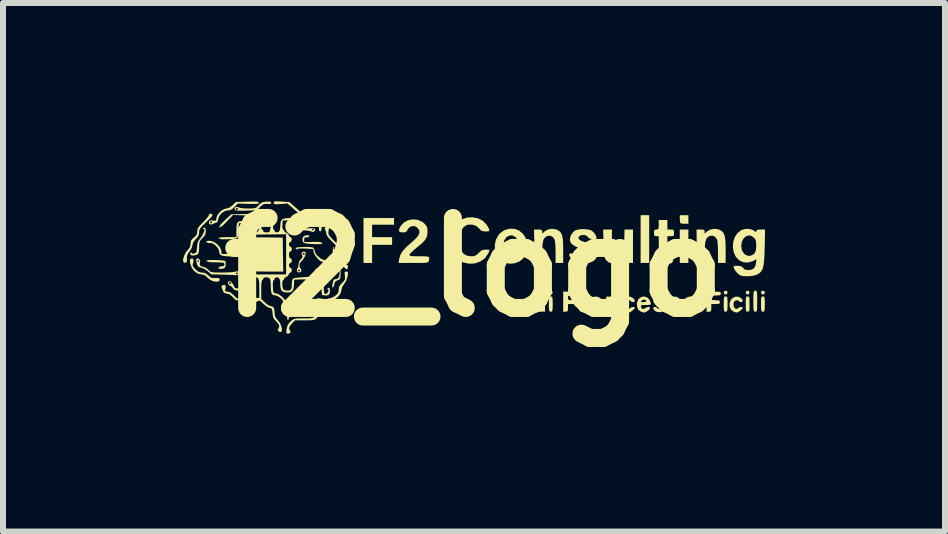
<source format=kicad_pcb>
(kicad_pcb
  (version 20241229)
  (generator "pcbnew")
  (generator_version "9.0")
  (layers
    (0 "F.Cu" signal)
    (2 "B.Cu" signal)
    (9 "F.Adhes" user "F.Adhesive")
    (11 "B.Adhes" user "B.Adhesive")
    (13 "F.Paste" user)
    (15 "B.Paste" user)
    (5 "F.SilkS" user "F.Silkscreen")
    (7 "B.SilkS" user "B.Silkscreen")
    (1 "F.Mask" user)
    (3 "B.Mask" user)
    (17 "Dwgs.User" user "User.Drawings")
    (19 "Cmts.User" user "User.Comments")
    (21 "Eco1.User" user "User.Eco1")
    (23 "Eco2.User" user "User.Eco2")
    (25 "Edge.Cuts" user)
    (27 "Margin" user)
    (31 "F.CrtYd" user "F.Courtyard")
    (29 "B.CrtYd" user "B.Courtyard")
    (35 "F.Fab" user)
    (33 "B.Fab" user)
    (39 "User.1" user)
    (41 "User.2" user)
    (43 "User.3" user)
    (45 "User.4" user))
  (footprint "f2_logo"
    (layer "F.Cu")
    (at 4.855 1.404)
    (property "Reference" "f2_logo" (at 0 0 0) (layer "F.SilkS") (effects (font (size 1.5 1.5) (thickness 0.3))))
    (attr board_only exclude_from_pos_files exclude_from_bom)
    (fp_poly (pts (xy 1.301 0.401) (xy 1.306 0.422) (xy 1.295 0.449) (xy 1.274 0.454) (xy 1.247 0.443) (xy 1.242 0.422) (xy 1.253 0.395) (xy 1.274 0.39)) (stroke (width 0) (type solid)) (fill yes) (layer "F.SilkS"))
    (fp_poly (pts (xy 2.914 -0.47) (xy 2.914 -0.072) (xy 2.843 -0.072) (xy 2.771 -0.072) (xy 2.771 -0.47) (xy 2.771 -0.868) (xy 2.843 -0.868) (xy 2.914 -0.868)) (stroke (width 0) (type solid)) (fill yes) (layer "F.SilkS"))
    (fp_poly (pts (xy 3.567 -0.35) (xy 3.567 -0.072) (xy 3.495 -0.072) (xy 3.424 -0.072) (xy 3.424 -0.35) (xy 3.424 -0.629) (xy 3.495 -0.629) (xy 3.567 -0.629)) (stroke (width 0) (type solid)) (fill yes) (layer "F.SilkS"))
    (fp_poly (pts (xy 4.215 0.401) (xy 4.22 0.422) (xy 4.209 0.449) (xy 4.188 0.454) (xy 4.162 0.443) (xy 4.156 0.422) (xy 4.168 0.395) (xy 4.188 0.39)) (stroke (width 0) (type solid)) (fill yes) (layer "F.SilkS"))
    (fp_poly (pts (xy 4.581 0.401) (xy 4.586 0.422) (xy 4.575 0.449) (xy 4.554 0.454) (xy 4.528 0.443) (xy 4.523 0.422) (xy 4.534 0.395) (xy 4.554 0.39)) (stroke (width 0) (type solid)) (fill yes) (layer "F.SilkS"))
    (fp_poly (pts (xy 4.836 0.401) (xy 4.841 0.422) (xy 4.83 0.449) (xy 4.809 0.454) (xy 4.783 0.443) (xy 4.777 0.422) (xy 4.789 0.395) (xy 4.809 0.39)) (stroke (width 0) (type solid)) (fill yes) (layer "F.SilkS"))
    (fp_poly (pts (xy 3.567 -0.796) (xy 3.567 -0.725) (xy 3.506 -0.725) (xy 3.464 -0.727) (xy 3.437 -0.733) (xy 3.434 -0.735) (xy 3.428 -0.757) (xy 3.424 -0.796) (xy 3.424 -0.807) (xy 3.424 -0.868) (xy 3.495 -0.868) (xy 3.567 -0.868)) (stroke (width 0) (type solid)) (fill yes) (layer "F.SilkS"))
    (fp_poly (pts (xy -1.338 -0.764) (xy -1.338 -0.709) (xy -1.521 -0.709) (xy -1.704 -0.709) (xy -1.704 -0.605) (xy -1.704 -0.502) (xy -1.537 -0.502) (xy -1.37 -0.502) (xy -1.37 -0.438) (xy -1.37 -0.374) (xy -1.537 -0.374) (xy -1.704 -0.374) (xy -1.704 -0.223) (xy -1.704 -0.072) (xy -1.776 -0.072) (xy -1.847 -0.072) (xy -1.847 -0.446) (xy -1.847 -0.82) (xy -1.592 -0.82) (xy -1.338 -0.82)) (stroke (width 0) (type solid)) (fill yes) (layer "F.SilkS"))
    (fp_poly (pts (xy 1.29 0.488) (xy 1.299 0.501) (xy 1.304 0.529) (xy 1.306 0.58) (xy 1.306 0.613) (xy 1.305 0.677) (xy 1.302 0.715) (xy 1.295 0.734) (xy 1.282 0.74) (xy 1.274 0.741) (xy 1.258 0.738) (xy 1.249 0.726) (xy 1.244 0.697) (xy 1.242 0.647) (xy 1.242 0.613) (xy 1.243 0.55) (xy 1.246 0.512) (xy 1.253 0.493) (xy 1.266 0.486) (xy 1.274 0.486)) (stroke (width 0) (type solid)) (fill yes) (layer "F.SilkS"))
    (fp_poly (pts (xy 4.204 0.488) (xy 4.214 0.501) (xy 4.218 0.529) (xy 4.22 0.58) (xy 4.22 0.613) (xy 4.219 0.677) (xy 4.216 0.715) (xy 4.209 0.734) (xy 4.197 0.74) (xy 4.188 0.741) (xy 4.172 0.738) (xy 4.163 0.726) (xy 4.158 0.697) (xy 4.156 0.647) (xy 4.156 0.613) (xy 4.157 0.55) (xy 4.16 0.512) (xy 4.167 0.493) (xy 4.18 0.486) (xy 4.188 0.486)) (stroke (width 0) (type solid)) (fill yes) (layer "F.SilkS"))
    (fp_poly (pts (xy 4.57 0.488) (xy 4.58 0.501) (xy 4.585 0.529) (xy 4.586 0.58) (xy 4.586 0.613) (xy 4.586 0.677) (xy 4.583 0.715) (xy 4.576 0.734) (xy 4.563 0.74) (xy 4.554 0.741) (xy 4.539 0.738) (xy 4.529 0.726) (xy 4.524 0.697) (xy 4.523 0.647) (xy 4.523 0.613) (xy 4.523 0.55) (xy 4.526 0.512) (xy 4.533 0.493) (xy 4.546 0.486) (xy 4.554 0.486)) (stroke (width 0) (type solid)) (fill yes) (layer "F.SilkS"))
    (fp_poly (pts (xy 4.825 0.488) (xy 4.835 0.501) (xy 4.839 0.529) (xy 4.841 0.58) (xy 4.841 0.613) (xy 4.84 0.677) (xy 4.837 0.715) (xy 4.83 0.734) (xy 4.818 0.74) (xy 4.809 0.741) (xy 4.793 0.738) (xy 4.784 0.726) (xy 4.779 0.697) (xy 4.778 0.647) (xy 4.777 0.613) (xy 4.778 0.55) (xy 4.781 0.512) (xy 4.788 0.493) (xy 4.801 0.486) (xy 4.809 0.486)) (stroke (width 0) (type solid)) (fill yes) (layer "F.SilkS"))
    (fp_poly (pts (xy 4.696 0.392) (xy 4.705 0.402) (xy 4.71 0.425) (xy 4.713 0.466) (xy 4.714 0.532) (xy 4.714 0.565) (xy 4.713 0.642) (xy 4.712 0.692) (xy 4.707 0.722) (xy 4.7 0.736) (xy 4.688 0.74) (xy 4.682 0.741) (xy 4.668 0.738) (xy 4.659 0.729) (xy 4.653 0.706) (xy 4.651 0.664) (xy 4.65 0.598) (xy 4.65 0.565) (xy 4.65 0.489) (xy 4.652 0.438) (xy 4.656 0.409) (xy 4.664 0.395) (xy 4.676 0.39) (xy 4.682 0.39)) (stroke (width 0) (type solid)) (fill yes) (layer "F.SilkS"))
    (fp_poly (pts (xy -3.469 -0.498) (xy -3.454 -0.498) (xy -3.193 -0.494) (xy -3.189 -0.211) (xy -3.184 0.072) (xy -3.461 0.072) (xy -3.551 0.071) (xy -3.631 0.069) (xy -3.694 0.067) (xy -3.734 0.064) (xy -3.748 0.061) (xy -3.751 0.042) (xy -3.754 -0.003) (xy -3.757 -0.068) (xy -3.758 -0.149) (xy -3.758 -0.208) (xy -3.758 -0.31) (xy -3.756 -0.385) (xy -3.752 -0.436) (xy -3.746 -0.467) (xy -3.737 -0.483) (xy -3.736 -0.484) (xy -3.712 -0.492) (xy -3.66 -0.497) (xy -3.58 -0.499)) (stroke (width 0) (type solid)) (fill yes) (layer "F.SilkS"))
    (fp_poly (pts (xy 1.809 0.494) (xy 1.815 0.505) (xy 1.82 0.516) (xy 1.835 0.505) (xy 1.864 0.487) (xy 1.888 0.493) (xy 1.895 0.514) (xy 1.882 0.541) (xy 1.859 0.558) (xy 1.837 0.573) (xy 1.825 0.6) (xy 1.819 0.649) (xy 1.819 0.657) (xy 1.814 0.707) (xy 1.805 0.732) (xy 1.789 0.74) (xy 1.783 0.741) (xy 1.767 0.738) (xy 1.758 0.725) (xy 1.753 0.696) (xy 1.752 0.644) (xy 1.752 0.613) (xy 1.752 0.55) (xy 1.755 0.512) (xy 1.763 0.493) (xy 1.775 0.486) (xy 1.784 0.486)) (stroke (width 0) (type solid)) (fill yes) (layer "F.SilkS"))
    (fp_poly (pts (xy 3.66 0.508) (xy 3.694 0.548) (xy 3.71 0.606) (xy 3.71 0.616) (xy 3.698 0.678) (xy 3.663 0.723) (xy 3.614 0.748) (xy 3.557 0.746) (xy 3.54 0.741) (xy 3.498 0.708) (xy 3.475 0.659) (xy 3.474 0.622) (xy 3.536 0.622) (xy 3.546 0.661) (xy 3.57 0.685) (xy 3.601 0.692) (xy 3.628 0.678) (xy 3.64 0.654) (xy 3.645 0.598) (xy 3.628 0.563) (xy 3.601 0.552) (xy 3.561 0.559) (xy 3.539 0.591) (xy 3.536 0.622) (xy 3.474 0.622) (xy 3.473 0.602) (xy 3.492 0.548) (xy 3.511 0.525) (xy 3.561 0.493) (xy 3.613 0.488)) (stroke (width 0) (type solid)) (fill yes) (layer "F.SilkS"))
    (fp_poly (pts (xy -3.716 -0.886) (xy -3.703 -0.883) (xy -3.71 -0.876) (xy -3.703 -0.868) (xy -3.695 -0.876) (xy -3.702 -0.883) (xy -3.683 -0.88) (xy -3.679 -0.876) (xy -3.694 -0.868) (xy -3.739 -0.864) (xy -3.812 -0.864) (xy -3.85 -0.865) (xy -4.021 -0.871) (xy -4.122 -0.766) (xy -4.179 -0.708) (xy -4.218 -0.674) (xy -4.241 -0.662) (xy -4.25 -0.671) (xy -4.25 -0.681) (xy -4.248 -0.685) (xy -4.236 -0.685) (xy -4.228 -0.677) (xy -4.22 -0.685) (xy -4.228 -0.693) (xy -4.236 -0.685) (xy -4.248 -0.685) (xy -4.238 -0.7) (xy -4.208 -0.734) (xy -4.165 -0.777) (xy -4.151 -0.791) (xy -4.053 -0.881) (xy -3.866 -0.886) (xy -3.777 -0.888)) (stroke (width 0) (type solid)) (fill yes) (layer "F.SilkS"))
    (fp_poly (pts (xy 2.347 0.494) (xy 2.388 0.512) (xy 2.411 0.55) (xy 2.42 0.611) (xy 2.421 0.648) (xy 2.42 0.7) (xy 2.415 0.728) (xy 2.402 0.739) (xy 2.381 0.741) (xy 2.359 0.739) (xy 2.347 0.728) (xy 2.342 0.7) (xy 2.341 0.649) (xy 2.341 0.644) (xy 2.34 0.591) (xy 2.336 0.562) (xy 2.325 0.552) (xy 2.306 0.552) (xy 2.305 0.552) (xy 2.285 0.559) (xy 2.273 0.576) (xy 2.267 0.613) (xy 2.265 0.649) (xy 2.26 0.701) (xy 2.253 0.729) (xy 2.239 0.74) (xy 2.229 0.741) (xy 2.213 0.738) (xy 2.204 0.725) (xy 2.199 0.695) (xy 2.198 0.643) (xy 2.198 0.615) (xy 2.198 0.49) (xy 2.285 0.489)) (stroke (width 0) (type solid)) (fill yes) (layer "F.SilkS"))
    (fp_poly (pts (xy 1.662 0.407) (xy 1.697 0.41) (xy 1.715 0.418) (xy 1.72 0.432) (xy 1.72 0.438) (xy 1.716 0.457) (xy 1.698 0.467) (xy 1.659 0.47) (xy 1.64 0.47) (xy 1.593 0.471) (xy 1.569 0.478) (xy 1.561 0.494) (xy 1.561 0.51) (xy 1.564 0.534) (xy 1.578 0.546) (xy 1.613 0.549) (xy 1.632 0.549) (xy 1.677 0.551) (xy 1.698 0.56) (xy 1.704 0.579) (xy 1.704 0.581) (xy 1.699 0.601) (xy 1.68 0.611) (xy 1.637 0.613) (xy 1.632 0.613) (xy 1.561 0.613) (xy 1.561 0.677) (xy 1.558 0.718) (xy 1.548 0.736) (xy 1.524 0.74) (xy 1.521 0.741) (xy 1.481 0.741) (xy 1.481 0.573) (xy 1.481 0.406) (xy 1.6 0.406)) (stroke (width 0) (type solid)) (fill yes) (layer "F.SilkS"))
    (fp_poly (pts (xy 2.64 0.51) (xy 2.668 0.539) (xy 2.673 0.565) (xy 2.656 0.58) (xy 2.644 0.581) (xy 2.618 0.575) (xy 2.612 0.565) (xy 2.598 0.553) (xy 2.573 0.549) (xy 2.537 0.563) (xy 2.52 0.598) (xy 2.522 0.65) (xy 2.523 0.654) (xy 2.542 0.683) (xy 2.571 0.694) (xy 2.599 0.683) (xy 2.604 0.677) (xy 2.624 0.664) (xy 2.652 0.662) (xy 2.673 0.669) (xy 2.675 0.676) (xy 2.663 0.696) (xy 2.635 0.722) (xy 2.602 0.745) (xy 2.576 0.755) (xy 2.574 0.755) (xy 2.546 0.749) (xy 2.521 0.74) (xy 2.479 0.708) (xy 2.456 0.659) (xy 2.454 0.603) (xy 2.473 0.549) (xy 2.492 0.525) (xy 2.543 0.492) (xy 2.597 0.49)) (stroke (width 0) (type solid)) (fill yes) (layer "F.SilkS"))
    (fp_poly (pts (xy 3.404 0.51) (xy 3.432 0.539) (xy 3.438 0.565) (xy 3.42 0.58) (xy 3.408 0.581) (xy 3.382 0.575) (xy 3.376 0.565) (xy 3.362 0.553) (xy 3.337 0.549) (xy 3.302 0.563) (xy 3.284 0.598) (xy 3.286 0.65) (xy 3.287 0.654) (xy 3.306 0.683) (xy 3.336 0.694) (xy 3.363 0.683) (xy 3.368 0.677) (xy 3.388 0.664) (xy 3.416 0.662) (xy 3.437 0.669) (xy 3.44 0.676) (xy 3.428 0.696) (xy 3.399 0.722) (xy 3.366 0.745) (xy 3.34 0.755) (xy 3.338 0.755) (xy 3.31 0.749) (xy 3.286 0.74) (xy 3.244 0.708) (xy 3.221 0.659) (xy 3.218 0.603) (xy 3.237 0.549) (xy 3.256 0.525) (xy 3.307 0.492) (xy 3.362 0.49)) (stroke (width 0) (type solid)) (fill yes) (layer "F.SilkS"))
    (fp_poly (pts (xy 4.05 0.407) (xy 4.086 0.41) (xy 4.103 0.418) (xy 4.108 0.432) (xy 4.109 0.438) (xy 4.104 0.457) (xy 4.087 0.467) (xy 4.047 0.47) (xy 4.029 0.47) (xy 3.982 0.471) (xy 3.958 0.478) (xy 3.95 0.494) (xy 3.949 0.51) (xy 3.952 0.534) (xy 3.967 0.546) (xy 4.002 0.549) (xy 4.021 0.549) (xy 4.066 0.551) (xy 4.087 0.56) (xy 4.093 0.579) (xy 4.093 0.581) (xy 4.088 0.601) (xy 4.069 0.611) (xy 4.026 0.613) (xy 4.021 0.613) (xy 3.949 0.613) (xy 3.949 0.677) (xy 3.947 0.718) (xy 3.937 0.736) (xy 3.913 0.74) (xy 3.91 0.741) (xy 3.87 0.741) (xy 3.87 0.573) (xy 3.87 0.406) (xy 3.989 0.406)) (stroke (width 0) (type solid)) (fill yes) (layer "F.SilkS"))
    (fp_poly (pts (xy 4.439 0.51) (xy 4.468 0.539) (xy 4.473 0.565) (xy 4.455 0.58) (xy 4.443 0.581) (xy 4.417 0.575) (xy 4.411 0.565) (xy 4.398 0.553) (xy 4.372 0.549) (xy 4.337 0.563) (xy 4.319 0.598) (xy 4.322 0.65) (xy 4.322 0.654) (xy 4.341 0.683) (xy 4.371 0.694) (xy 4.398 0.683) (xy 4.403 0.677) (xy 4.423 0.664) (xy 4.451 0.662) (xy 4.472 0.669) (xy 4.475 0.676) (xy 4.463 0.696) (xy 4.434 0.722) (xy 4.401 0.745) (xy 4.375 0.755) (xy 4.373 0.755) (xy 4.345 0.749) (xy 4.321 0.74) (xy 4.279 0.708) (xy 4.256 0.659) (xy 4.253 0.603) (xy 4.272 0.549) (xy 4.291 0.525) (xy 4.342 0.492) (xy 4.397 0.49)) (stroke (width 0) (type solid)) (fill yes) (layer "F.SilkS"))
    (fp_poly (pts (xy 3.142 0.501) (xy 3.159 0.515) (xy 3.179 0.541) (xy 3.185 0.555) (xy 3.173 0.565) (xy 3.143 0.562) (xy 3.109 0.548) (xy 3.106 0.546) (xy 3.076 0.534) (xy 3.055 0.545) (xy 3.047 0.562) (xy 3.067 0.574) (xy 3.133 0.601) (xy 3.171 0.634) (xy 3.182 0.663) (xy 3.173 0.705) (xy 3.142 0.735) (xy 3.097 0.75) (xy 3.045 0.744) (xy 3.026 0.736) (xy 2.994 0.712) (xy 2.98 0.686) (xy 2.988 0.666) (xy 3.009 0.661) (xy 3.035 0.667) (xy 3.042 0.677) (xy 3.055 0.689) (xy 3.083 0.693) (xy 3.113 0.687) (xy 3.116 0.672) (xy 3.096 0.654) (xy 3.059 0.638) (xy 3.011 0.614) (xy 2.986 0.579) (xy 2.988 0.54) (xy 3.002 0.518) (xy 3.043 0.492) (xy 3.095 0.487)) (stroke (width 0) (type solid)) (fill yes) (layer "F.SilkS"))
    (fp_poly (pts (xy 1.362 -0.631) (xy 1.383 -0.623) (xy 1.419 -0.6) (xy 1.445 -0.571) (xy 1.463 -0.531) (xy 1.474 -0.474) (xy 1.479 -0.396) (xy 1.481 -0.292) (xy 1.481 -0.287) (xy 1.481 -0.072) (xy 1.417 -0.072) (xy 1.354 -0.072) (xy 1.354 -0.246) (xy 1.352 -0.321) (xy 1.349 -0.388) (xy 1.343 -0.439) (xy 1.338 -0.46) (xy 1.308 -0.505) (xy 1.265 -0.526) (xy 1.218 -0.523) (xy 1.176 -0.496) (xy 1.153 -0.46) (xy 1.141 -0.41) (xy 1.133 -0.333) (xy 1.131 -0.239) (xy 1.131 -0.072) (xy 1.068 -0.072) (xy 1.005 -0.072) (xy 1 -0.35) (xy 0.995 -0.629) (xy 1.063 -0.629) (xy 1.106 -0.627) (xy 1.126 -0.618) (xy 1.131 -0.597) (xy 1.131 -0.594) (xy 1.131 -0.56) (xy 1.169 -0.596) (xy 1.225 -0.629) (xy 1.294 -0.641)) (stroke (width 0) (type solid)) (fill yes) (layer "F.SilkS"))
    (fp_poly (pts (xy 4.07 -0.631) (xy 4.09 -0.623) (xy 4.126 -0.6) (xy 4.152 -0.571) (xy 4.17 -0.531) (xy 4.181 -0.474) (xy 4.187 -0.396) (xy 4.188 -0.292) (xy 4.188 -0.287) (xy 4.188 -0.072) (xy 4.125 -0.072) (xy 4.061 -0.072) (xy 4.061 -0.246) (xy 4.059 -0.321) (xy 4.056 -0.388) (xy 4.05 -0.439) (xy 4.046 -0.46) (xy 4.015 -0.505) (xy 3.972 -0.526) (xy 3.925 -0.523) (xy 3.883 -0.496) (xy 3.86 -0.46) (xy 3.848 -0.41) (xy 3.84 -0.333) (xy 3.838 -0.239) (xy 3.838 -0.072) (xy 3.775 -0.072) (xy 3.712 -0.072) (xy 3.707 -0.35) (xy 3.703 -0.629) (xy 3.77 -0.629) (xy 3.813 -0.627) (xy 3.833 -0.618) (xy 3.838 -0.597) (xy 3.838 -0.594) (xy 3.838 -0.56) (xy 3.876 -0.596) (xy 3.933 -0.629) (xy 4.001 -0.641)) (stroke (width 0) (type solid)) (fill yes) (layer "F.SilkS"))
    (fp_poly (pts (xy -4.692 -0.146) (xy -4.679 -0.122) (xy -4.684 -0.081) (xy -4.687 -0.07) (xy -4.695 -0.04) (xy -4.69 -0.015) (xy -4.666 0.015) (xy -4.65 0.032) (xy -4.607 0.069) (xy -4.567 0.085) (xy -4.538 0.088) (xy -4.488 0.096) (xy -4.445 0.125) (xy -4.434 0.136) (xy -4.399 0.167) (xy -4.366 0.18) (xy -4.317 0.18) (xy -4.316 0.18) (xy -4.271 0.179) (xy -4.25 0.185) (xy -4.244 0.202) (xy -4.244 0.207) (xy -4.25 0.229) (xy -4.271 0.239) (xy -4.314 0.239) (xy -4.341 0.236) (xy -4.389 0.218) (xy -4.439 0.179) (xy -4.444 0.174) (xy -4.487 0.137) (xy -4.528 0.121) (xy -4.554 0.119) (xy -4.612 0.105) (xy -4.666 0.066) (xy -4.709 0.009) (xy -4.734 -0.058) (xy -4.736 -0.068) (xy -4.74 -0.114) (xy -4.733 -0.137) (xy -4.72 -0.146)) (stroke (width 0) (type solid)) (fill yes) (layer "F.SilkS"))
    (fp_poly (pts (xy -2.753 -0.529) (xy -2.747 -0.518) (xy -2.758 -0.5) (xy -2.791 -0.499) (xy -2.823 -0.498) (xy -2.834 -0.48) (xy -2.835 -0.462) (xy -2.835 -0.42) (xy -2.688 -0.423) (xy -2.613 -0.423) (xy -2.562 -0.419) (xy -2.559 -0.419) (xy -2.564 -0.414) (xy -2.556 -0.406) (xy -2.548 -0.414) (xy -2.549 -0.415) (xy -2.537 -0.412) (xy -2.536 -0.41) (xy -2.535 -0.397) (xy -2.545 -0.389) (xy -2.572 -0.385) (xy -2.621 -0.385) (xy -2.69 -0.387) (xy -2.755 -0.391) (xy -2.808 -0.398) (xy -2.841 -0.406) (xy -2.846 -0.409) (xy -2.863 -0.441) (xy -2.864 -0.481) (xy -2.849 -0.51) (xy -2.771 -0.51) (xy -2.763 -0.502) (xy -2.755 -0.51) (xy -2.763 -0.518) (xy -2.771 -0.51) (xy -2.849 -0.51) (xy -2.847 -0.513) (xy -2.847 -0.514) (xy -2.814 -0.531) (xy -2.779 -0.536)) (stroke (width 0) (type solid)) (fill yes) (layer "F.SilkS"))
    (fp_poly (pts (xy -2.756 -0.338) (xy -2.71 -0.334) (xy -2.683 -0.326) (xy -2.682 -0.325) (xy -2.664 -0.295) (xy -2.659 -0.269) (xy -2.646 -0.231) (xy -2.613 -0.189) (xy -2.569 -0.151) (xy -2.523 -0.126) (xy -2.496 -0.12) (xy -2.464 -0.115) (xy -2.452 -0.104) (xy -2.464 -0.088) (xy -2.467 -0.088) (xy -2.493 -0.082) (xy -2.509 -0.077) (xy -2.528 -0.074) (xy -2.526 -0.085) (xy -2.525 -0.097) (xy -2.536 -0.095) (xy -2.561 -0.101) (xy -2.594 -0.126) (xy -2.629 -0.164) (xy -2.659 -0.206) (xy -2.676 -0.246) (xy -2.678 -0.255) (xy -2.683 -0.303) (xy -2.821 -0.311) (xy -2.883 -0.313) (xy -2.928 -0.311) (xy -2.95 -0.307) (xy -2.95 -0.304) (xy -2.953 -0.296) (xy -2.961 -0.297) (xy -2.978 -0.313) (xy -2.979 -0.319) (xy -2.964 -0.328) (xy -2.926 -0.334) (xy -2.872 -0.338) (xy -2.813 -0.339)) (stroke (width 0) (type solid)) (fill yes) (layer "F.SilkS"))
    (fp_poly (pts (xy -2.431 -0.673) (xy -2.424 -0.657) (xy -2.427 -0.62) (xy -2.429 -0.609) (xy -2.432 -0.577) (xy -2.43 -0.553) (xy -2.418 -0.528) (xy -2.392 -0.497) (xy -2.349 -0.453) (xy -2.326 -0.43) (xy -2.214 -0.319) (xy -2.214 -0.214) (xy -2.212 -0.154) (xy -2.205 -0.115) (xy -2.19 -0.089) (xy -2.177 -0.074) (xy -2.145 -0.05) (xy -2.12 -0.04) (xy -2.12 -0.04) (xy -2.107 -0.028) (xy -2.106 -0.001) (xy -2.115 0.025) (xy -2.126 0.035) (xy -2.144 0.026) (xy -2.173 -0.003) (xy -2.202 -0.039) (xy -2.236 -0.088) (xy -2.253 -0.127) (xy -2.26 -0.172) (xy -2.261 -0.219) (xy -2.261 -0.319) (xy -2.365 -0.422) (xy -2.421 -0.481) (xy -2.455 -0.526) (xy -2.468 -0.559) (xy -2.468 -0.566) (xy -2.475 -0.604) (xy -2.486 -0.624) (xy -2.496 -0.65) (xy -2.48 -0.67) (xy -2.45 -0.677)) (stroke (width 0) (type solid)) (fill yes) (layer "F.SilkS"))
    (fp_poly (pts (xy 1.161 0.392) (xy 1.17 0.402) (xy 1.175 0.425) (xy 1.178 0.466) (xy 1.178 0.532) (xy 1.178 0.566) (xy 1.178 0.741) (xy 1.135 0.739) (xy 1.087 0.742) (xy 1.056 0.749) (xy 1.022 0.749) (xy 0.986 0.724) (xy 0.98 0.719) (xy 0.947 0.665) (xy 0.943 0.622) (xy 1.004 0.622) (xy 1.014 0.661) (xy 1.038 0.685) (xy 1.069 0.692) (xy 1.096 0.678) (xy 1.108 0.654) (xy 1.113 0.598) (xy 1.096 0.563) (xy 1.069 0.552) (xy 1.029 0.559) (xy 1.007 0.591) (xy 1.004 0.622) (xy 0.943 0.622) (xy 0.941 0.603) (xy 0.963 0.542) (xy 0.974 0.526) (xy 1.005 0.496) (xy 1.042 0.488) (xy 1.061 0.489) (xy 1.097 0.491) (xy 1.112 0.479) (xy 1.115 0.445) (xy 1.115 0.443) (xy 1.119 0.406) (xy 1.134 0.391) (xy 1.147 0.39)) (stroke (width 0) (type solid)) (fill yes) (layer "F.SilkS"))
    (fp_poly (pts (xy -4.482 -0.65) (xy -4.475 -0.614) (xy -4.475 -0.6) (xy -4.481 -0.555) (xy -4.502 -0.516) (xy -4.531 -0.486) (xy -4.562 -0.453) (xy -4.578 -0.424) (xy -4.585 -0.386) (xy -4.586 -0.333) (xy -4.59 -0.272) (xy -4.599 -0.231) (xy -4.606 -0.219) (xy -4.642 -0.202) (xy -4.685 -0.195) (xy -4.72 -0.2) (xy -4.729 -0.207) (xy -4.736 -0.232) (xy -4.717 -0.246) (xy -4.71 -0.247) (xy -4.703 -0.237) (xy -4.705 -0.232) (xy -4.699 -0.225) (xy -4.67 -0.229) (xy -4.645 -0.239) (xy -4.631 -0.255) (xy -4.625 -0.287) (xy -4.621 -0.334) (xy -4.615 -0.394) (xy -4.601 -0.437) (xy -4.572 -0.479) (xy -4.563 -0.489) (xy -4.538 -0.524) (xy -4.517 -0.564) (xy -4.502 -0.601) (xy -4.497 -0.628) (xy -4.503 -0.638) (xy -4.51 -0.635) (xy -4.522 -0.639) (xy -4.523 -0.644) (xy -4.51 -0.659) (xy -4.499 -0.661)) (stroke (width 0) (type solid)) (fill yes) (layer "F.SilkS"))
    (fp_poly (pts (xy 2.293 -0.43) (xy 2.294 -0.346) (xy 2.296 -0.287) (xy 2.3 -0.248) (xy 2.308 -0.223) (xy 2.319 -0.205) (xy 2.325 -0.199) (xy 2.37 -0.171) (xy 2.417 -0.175) (xy 2.455 -0.198) (xy 2.47 -0.212) (xy 2.481 -0.23) (xy 2.488 -0.258) (xy 2.493 -0.3) (xy 2.496 -0.365) (xy 2.498 -0.429) (xy 2.503 -0.629) (xy 2.573 -0.629) (xy 2.644 -0.629) (xy 2.644 -0.35) (xy 2.644 -0.072) (xy 2.572 -0.072) (xy 2.524 -0.075) (xy 2.503 -0.086) (xy 2.5 -0.095) (xy 2.495 -0.108) (xy 2.477 -0.103) (xy 2.448 -0.087) (xy 2.383 -0.062) (xy 2.312 -0.058) (xy 2.25 -0.077) (xy 2.249 -0.077) (xy 2.216 -0.099) (xy 2.191 -0.125) (xy 2.174 -0.161) (xy 2.163 -0.212) (xy 2.157 -0.283) (xy 2.153 -0.38) (xy 2.152 -0.402) (xy 2.147 -0.629) (xy 2.22 -0.629) (xy 2.293 -0.629)) (stroke (width 0) (type solid)) (fill yes) (layer "F.SilkS"))
    (fp_poly (pts (xy -4.316 -0.121) (xy -4.249 -0.118) (xy -4.194 -0.114) (xy -4.159 -0.108) (xy -4.151 -0.105) (xy -4.144 -0.081) (xy -4.143 -0.042) (xy -4.143 -0.038) (xy -4.152 -0.00027) (xy -4.174 0.018) (xy -4.2 0.025) (xy -4.238 0.028) (xy -4.261 0.022) (xy -4.262 0.021) (xy -4.263 0) (xy -4.252 0) (xy -4.244 0.008) (xy -4.236 0) (xy -4.244 -0.008) (xy -4.252 0) (xy -4.263 0) (xy -4.263 -0.001) (xy -4.235 -0.013) (xy -4.208 -0.015) (xy -4.175 -0.022) (xy -4.164 -0.045) (xy -4.164 -0.048) (xy -4.167 -0.063) (xy -4.178 -0.072) (xy -4.204 -0.078) (xy -4.25 -0.08) (xy -4.316 -0.082) (xy -4.392 -0.084) (xy -4.44 -0.09) (xy -4.447 -0.092) (xy -4.443 -0.096) (xy -4.451 -0.104) (xy -4.458 -0.096) (xy -4.464 -0.098) (xy -4.467 -0.104) (xy -4.458 -0.114) (xy -4.428 -0.119) (xy -4.373 -0.121)) (stroke (width 0) (type solid)) (fill yes) (layer "F.SilkS"))
    (fp_poly (pts (xy -4.403 -0.441) (xy -4.343 -0.423) (xy -4.286 -0.385) (xy -4.242 -0.335) (xy -4.218 -0.281) (xy -4.217 -0.272) (xy -4.212 -0.223) (xy -4.069 -0.221) (xy -4.003 -0.218) (xy -3.953 -0.213) (xy -3.946 -0.211) (xy -3.949 -0.207) (xy -3.941 -0.199) (xy -3.933 -0.207) (xy -3.934 -0.208) (xy -3.925 -0.205) (xy -3.921 -0.202) (xy -3.92 -0.19) (xy -3.931 -0.182) (xy -3.959 -0.178) (xy -4.008 -0.178) (xy -4.076 -0.18) (xy -4.154 -0.185) (xy -4.206 -0.194) (xy -4.236 -0.21) (xy -4.249 -0.235) (xy -4.252 -0.262) (xy -4.267 -0.308) (xy -4.306 -0.357) (xy -4.347 -0.39) (xy -4.383 -0.404) (xy -4.413 -0.403) (xy -4.452 -0.404) (xy -4.463 -0.414) (xy -4.459 -0.414) (xy -4.451 -0.406) (xy -4.443 -0.414) (xy -4.451 -0.422) (xy -4.459 -0.414) (xy -4.463 -0.414) (xy -4.466 -0.417) (xy -4.467 -0.422) (xy -4.459 -0.437) (xy -4.429 -0.442)) (stroke (width 0) (type solid)) (fill yes) (layer "F.SilkS"))
    (fp_poly (pts (xy -2.114 0.074) (xy -2.106 0.088) (xy -2.108 0.121) (xy -2.111 0.147) (xy -2.137 0.23) (xy -2.168 0.275) (xy -2.206 0.336) (xy -2.214 0.38) (xy -2.228 0.433) (xy -2.265 0.485) (xy -2.316 0.526) (xy -2.373 0.548) (xy -2.393 0.549) (xy -2.429 0.553) (xy -2.457 0.568) (xy -2.486 0.6) (xy -2.5 0.621) (xy -2.537 0.669) (xy -2.563 0.69) (xy -2.581 0.685) (xy -2.59 0.669) (xy -2.585 0.643) (xy -2.559 0.609) (xy -2.52 0.573) (xy -2.477 0.542) (xy -2.435 0.522) (xy -2.416 0.518) (xy -2.375 0.508) (xy -2.329 0.483) (xy -2.316 0.474) (xy -2.279 0.438) (xy -2.263 0.402) (xy -2.261 0.373) (xy -2.255 0.329) (xy -2.231 0.29) (xy -2.204 0.262) (xy -2.17 0.226) (xy -2.156 0.198) (xy -2.155 0.162) (xy -2.158 0.139) (xy -2.162 0.097) (xy -2.158 0.077) (xy -2.141 0.072) (xy -2.134 0.072)) (stroke (width 0) (type solid)) (fill yes) (layer "F.SilkS"))
    (fp_poly (pts (xy 2.066 0.496) (xy 2.102 0.518) (xy 2.121 0.545) (xy 2.131 0.585) (xy 2.134 0.645) (xy 2.133 0.698) (xy 2.129 0.727) (xy 2.117 0.738) (xy 2.095 0.74) (xy 2.09 0.739) (xy 2.045 0.742) (xy 2.014 0.748) (xy 1.976 0.746) (xy 1.947 0.732) (xy 1.918 0.697) (xy 1.915 0.667) (xy 1.976 0.667) (xy 1.987 0.686) (xy 2.013 0.693) (xy 2.045 0.686) (xy 2.054 0.661) (xy 2.054 0.66) (xy 2.047 0.635) (xy 2.019 0.632) (xy 2.019 0.632) (xy 1.987 0.645) (xy 1.976 0.667) (xy 1.915 0.667) (xy 1.915 0.656) (xy 1.933 0.618) (xy 1.97 0.591) (xy 2.018 0.581) (xy 2.047 0.572) (xy 2.054 0.557) (xy 2.043 0.538) (xy 2.019 0.535) (xy 1.999 0.549) (xy 1.977 0.564) (xy 1.948 0.563) (xy 1.929 0.55) (xy 1.927 0.542) (xy 1.94 0.512) (xy 1.975 0.494) (xy 2.02 0.488)) (stroke (width 0) (type solid)) (fill yes) (layer "F.SilkS"))
    (fp_poly (pts (xy -3.39 -1.088) (xy -3.384 -1.075) (xy -3.392 -1.06) (xy -3.421 -1.054) (xy -3.451 -1.055) (xy -3.497 -1.055) (xy -3.53 -1.041) (xy -3.566 -1.009) (xy -3.571 -1.004) (xy -3.623 -0.95) (xy -3.804 -0.944) (xy -3.887 -0.943) (xy -3.943 -0.944) (xy -3.976 -0.949) (xy -3.991 -0.957) (xy -3.993 -0.96) (xy -3.993 -0.967) (xy -3.975 -0.967) (xy -3.972 -0.962) (xy -3.953 -0.954) (xy -3.948 -0.956) (xy -3.94 -0.976) (xy -3.942 -0.981) (xy -3.962 -0.989) (xy -3.967 -0.986) (xy -3.975 -0.967) (xy -3.993 -0.967) (xy -3.993 -0.99) (xy -3.971 -1.006) (xy -3.939 -1.002) (xy -3.933 -0.999) (xy -3.901 -0.989) (xy -3.847 -0.982) (xy -3.778 -0.979) (xy -3.772 -0.979) (xy -3.708 -0.98) (xy -3.666 -0.983) (xy -3.638 -0.993) (xy -3.615 -1.01) (xy -3.593 -1.035) (xy -3.556 -1.07) (xy -3.52 -1.087) (xy -3.467 -1.094) (xy -3.464 -1.094) (xy -3.414 -1.095)) (stroke (width 0) (type solid)) (fill yes) (layer "F.SilkS"))
    (fp_poly (pts (xy -2.552 0.718) (xy -2.536 0.746) (xy -2.535 0.754) (xy -2.539 0.782) (xy -2.553 0.788) (xy -2.578 0.8) (xy -2.61 0.828) (xy -2.617 0.836) (xy -2.636 0.857) (xy -2.655 0.871) (xy -2.68 0.879) (xy -2.719 0.883) (xy -2.78 0.884) (xy -2.822 0.884) (xy -2.988 0.884) (xy -3.039 0.936) (xy -3.077 0.984) (xy -3.088 1.022) (xy -3.073 1.053) (xy -3.072 1.054) (xy -3.062 1.08) (xy -3.078 1.1) (xy -3.107 1.107) (xy -3.126 1.104) (xy -3.133 1.089) (xy -3.132 1.054) (xy -3.129 1.031) (xy -3.115 0.973) (xy -3.086 0.928) (xy -3.062 0.904) (xy -3.035 0.88) (xy -3.011 0.865) (xy -2.982 0.857) (xy -2.941 0.853) (xy -2.88 0.852) (xy -2.843 0.852) (xy -2.769 0.852) (xy -2.72 0.849) (xy -2.688 0.843) (xy -2.666 0.832) (xy -2.647 0.815) (xy -2.641 0.808) (xy -2.611 0.771) (xy -2.591 0.738) (xy -2.59 0.735) (xy -2.573 0.714)) (stroke (width 0) (type solid)) (fill yes) (layer "F.SilkS"))
    (fp_poly (pts (xy 0.677 -0.639) (xy 0.684 -0.637) (xy 0.747 -0.61) (xy 0.806 -0.562) (xy 0.849 -0.503) (xy 0.854 -0.491) (xy 0.87 -0.428) (xy 0.875 -0.35) (xy 0.87 -0.272) (xy 0.854 -0.209) (xy 0.81 -0.142) (xy 0.745 -0.093) (xy 0.668 -0.065) (xy 0.584 -0.059) (xy 0.502 -0.079) (xy 0.484 -0.087) (xy 0.417 -0.138) (xy 0.37 -0.207) (xy 0.344 -0.288) (xy 0.343 -0.323) (xy 0.483 -0.323) (xy 0.5 -0.257) (xy 0.531 -0.207) (xy 0.572 -0.176) (xy 0.62 -0.167) (xy 0.671 -0.186) (xy 0.684 -0.195) (xy 0.717 -0.24) (xy 0.735 -0.303) (xy 0.737 -0.373) (xy 0.725 -0.439) (xy 0.697 -0.492) (xy 0.684 -0.506) (xy 0.632 -0.531) (xy 0.58 -0.527) (xy 0.534 -0.5) (xy 0.5 -0.45) (xy 0.485 -0.399) (xy 0.483 -0.323) (xy 0.343 -0.323) (xy 0.341 -0.375) (xy 0.36 -0.46) (xy 0.403 -0.538) (xy 0.428 -0.567) (xy 0.5 -0.618) (xy 0.585 -0.642)) (stroke (width 0) (type solid)) (fill yes) (layer "F.SilkS"))
    (fp_poly (pts (xy 3.217 -0.709) (xy 3.217 -0.629) (xy 3.273 -0.629) (xy 3.31 -0.627) (xy 3.325 -0.613) (xy 3.328 -0.578) (xy 3.328 -0.573) (xy 3.326 -0.536) (xy 3.312 -0.521) (xy 3.277 -0.518) (xy 3.273 -0.518) (xy 3.217 -0.518) (xy 3.217 -0.361) (xy 3.219 -0.278) (xy 3.225 -0.222) (xy 3.237 -0.188) (xy 3.257 -0.171) (xy 3.284 -0.167) (xy 3.307 -0.155) (xy 3.315 -0.128) (xy 3.308 -0.096) (xy 3.288 -0.071) (xy 3.277 -0.066) (xy 3.222 -0.057) (xy 3.175 -0.066) (xy 3.153 -0.076) (xy 3.121 -0.099) (xy 3.098 -0.131) (xy 3.084 -0.179) (xy 3.076 -0.247) (xy 3.074 -0.342) (xy 3.074 -0.346) (xy 3.073 -0.518) (xy 3.034 -0.518) (xy 3.007 -0.522) (xy 2.996 -0.54) (xy 2.994 -0.573) (xy 2.997 -0.611) (xy 3.01 -0.626) (xy 3.034 -0.629) (xy 3.057 -0.632) (xy 3.069 -0.645) (xy 3.073 -0.677) (xy 3.073 -0.709) (xy 3.073 -0.788) (xy 3.145 -0.788) (xy 3.217 -0.788)) (stroke (width 0) (type solid)) (fill yes) (layer "F.SilkS"))
    (fp_poly (pts (xy -3.25 -1.097) (xy -3.213 -1.095) (xy -3.081 -1.086) (xy -2.968 -0.985) (xy -2.914 -0.938) (xy -2.876 -0.909) (xy -2.846 -0.892) (xy -2.814 -0.885) (xy -2.774 -0.884) (xy -2.76 -0.884) (xy -2.705 -0.882) (xy -2.668 -0.874) (xy -2.638 -0.853) (xy -2.608 -0.824) (xy -2.571 -0.78) (xy -2.552 -0.737) (xy -2.545 -0.686) (xy -2.546 -0.636) (xy -2.556 -0.605) (xy -2.571 -0.597) (xy -2.587 -0.612) (xy -2.591 -0.638) (xy -2.588 -0.679) (xy -2.587 -0.686) (xy -2.583 -0.724) (xy -2.592 -0.754) (xy -2.621 -0.789) (xy -2.629 -0.797) (xy -2.662 -0.828) (xy -2.692 -0.845) (xy -2.731 -0.851) (xy -2.778 -0.852) (xy -2.823 -0.853) (xy -2.856 -0.858) (xy -2.886 -0.871) (xy -2.92 -0.895) (xy -2.967 -0.934) (xy -2.994 -0.958) (xy -3.113 -1.062) (xy -3.229 -1.054) (xy -3.289 -1.05) (xy -3.323 -1.051) (xy -3.34 -1.058) (xy -3.344 -1.071) (xy -3.344 -1.075) (xy -3.341 -1.089) (xy -3.329 -1.097) (xy -3.301 -1.099)) (stroke (width 0) (type solid)) (fill yes) (layer "F.SilkS"))
    (fp_poly (pts (xy 2.88 0.503) (xy 2.919 0.541) (xy 2.937 0.585) (xy 2.941 0.61) (xy 2.935 0.623) (xy 2.912 0.628) (xy 2.864 0.629) (xy 2.857 0.629) (xy 2.806 0.63) (xy 2.781 0.636) (xy 2.775 0.647) (xy 2.777 0.654) (xy 2.786 0.68) (xy 2.787 0.686) (xy 2.799 0.693) (xy 2.826 0.691) (xy 2.851 0.683) (xy 2.858 0.677) (xy 2.878 0.665) (xy 2.906 0.661) (xy 2.927 0.667) (xy 2.93 0.673) (xy 2.915 0.706) (xy 2.874 0.737) (xy 2.871 0.738) (xy 2.838 0.753) (xy 2.81 0.752) (xy 2.776 0.74) (xy 2.734 0.708) (xy 2.712 0.659) (xy 2.709 0.601) (xy 2.719 0.573) (xy 2.775 0.573) (xy 2.783 0.58) (xy 2.815 0.581) (xy 2.85 0.577) (xy 2.866 0.566) (xy 2.866 0.565) (xy 2.854 0.544) (xy 2.826 0.539) (xy 2.796 0.55) (xy 2.79 0.555) (xy 2.775 0.573) (xy 2.719 0.573) (xy 2.729 0.544) (xy 2.74 0.528) (xy 2.783 0.494) (xy 2.833 0.487)) (stroke (width 0) (type solid)) (fill yes) (layer "F.SilkS"))
    (fp_poly (pts (xy -2.604 0.021) (xy -2.569 0.027) (xy -2.546 0.039) (xy -2.53 0.061) (xy -2.521 0.1) (xy -2.516 0.16) (xy -2.513 0.246) (xy -2.513 0.252) (xy -2.51 0.334) (xy -2.507 0.389) (xy -2.503 0.422) (xy -2.496 0.439) (xy -2.485 0.445) (xy -2.477 0.446) (xy -2.449 0.431) (xy -2.435 0.402) (xy -2.43 0.371) (xy -2.44 0.368) (xy -2.451 0.367) (xy -2.45 0.359) (xy -2.434 0.341) (xy -2.415 0.349) (xy -2.407 0.367) (xy -2.407 0.402) (xy -2.411 0.431) (xy -2.425 0.459) (xy -2.454 0.469) (xy -2.474 0.47) (xy -2.513 0.467) (xy -2.537 0.46) (xy -2.537 0.459) (xy -2.541 0.44) (xy -2.545 0.396) (xy -2.547 0.332) (xy -2.548 0.256) (xy -2.548 0.251) (xy -2.548 0.053) (xy -2.6 0.059) (xy -2.638 0.058) (xy -2.651 0.044) (xy -2.651 0.04) (xy -2.647 0.032) (xy -2.644 0.032) (xy -2.636 0.04) (xy -2.628 0.032) (xy -2.636 0.024) (xy -2.644 0.032) (xy -2.647 0.032) (xy -2.641 0.023) (xy -2.607 0.021)) (stroke (width 0) (type solid)) (fill yes) (layer "F.SilkS"))
    (fp_poly (pts (xy -2.826 -0.259) (xy -2.81 -0.246) (xy -2.81 -0.22) (xy -2.824 -0.18) (xy -2.847 -0.139) (xy -2.874 -0.106) (xy -2.883 -0.099) (xy -2.905 -0.072) (xy -2.914 -0.034) (xy -2.91 0.001) (xy -2.898 0.016) (xy -2.885 0.038) (xy -2.882 0.057) (xy -2.894 0.08) (xy -2.92 0.088) (xy -2.946 0.078) (xy -2.957 0.063) (xy -2.956 0.047) (xy -2.939 0.047) (xy -2.938 0.056) (xy -2.924 0.071) (xy -2.922 0.072) (xy -2.91 0.061) (xy -2.906 0.056) (xy -2.91 0.042) (xy -2.922 0.04) (xy -2.939 0.047) (xy -2.956 0.047) (xy -2.956 0.031) (xy -2.948 0.02) (xy -2.935 -0.008) (xy -2.93 -0.048) (xy -2.915 -0.105) (xy -2.891 -0.135) (xy -2.865 -0.165) (xy -2.864 -0.187) (xy -2.868 -0.193) (xy -2.877 -0.219) (xy -2.86 -0.219) (xy -2.858 -0.214) (xy -2.838 -0.206) (xy -2.833 -0.208) (xy -2.825 -0.227) (xy -2.827 -0.232) (xy -2.847 -0.24) (xy -2.852 -0.238) (xy -2.86 -0.219) (xy -2.877 -0.219) (xy -2.879 -0.225) (xy -2.877 -0.239) (xy -2.855 -0.26)) (stroke (width 0) (type solid)) (fill yes) (layer "F.SilkS"))
    (fp_poly (pts (xy -4.371 -0.883) (xy -4.364 -0.871) (xy -4.37 -0.854) (xy -4.393 -0.826) (xy -4.435 -0.784) (xy -4.467 -0.753) (xy -4.522 -0.701) (xy -4.557 -0.663) (xy -4.576 -0.635) (xy -4.585 -0.608) (xy -4.586 -0.583) (xy -4.592 -0.538) (xy -4.615 -0.498) (xy -4.642 -0.47) (xy -4.684 -0.418) (xy -4.698 -0.37) (xy -4.698 -0.37) (xy -4.709 -0.325) (xy -4.739 -0.274) (xy -4.747 -0.264) (xy -4.778 -0.217) (xy -4.791 -0.176) (xy -4.79 -0.142) (xy -4.791 -0.098) (xy -4.803 -0.078) (xy -4.81 -0.076) (xy -4.838 -0.077) (xy -4.846 -0.082) (xy -4.855 -0.11) (xy -4.848 -0.156) (xy -4.829 -0.208) (xy -4.802 -0.257) (xy -4.783 -0.279) (xy -4.746 -0.326) (xy -4.731 -0.37) (xy -4.73 -0.394) (xy -4.724 -0.437) (xy -4.704 -0.469) (xy -4.674 -0.495) (xy -4.637 -0.529) (xy -4.621 -0.563) (xy -4.618 -0.596) (xy -4.615 -0.628) (xy -4.603 -0.658) (xy -4.576 -0.693) (xy -4.531 -0.74) (xy -4.523 -0.748) (xy -4.479 -0.794) (xy -4.446 -0.833) (xy -4.428 -0.858) (xy -4.427 -0.862) (xy -4.416 -0.888) (xy -4.389 -0.893)) (stroke (width 0) (type solid)) (fill yes) (layer "F.SilkS"))
    (fp_poly (pts (xy -2.611 0.345) (xy -2.609 0.381) (xy -2.609 0.382) (xy -2.615 0.416) (xy -2.627 0.44) (xy -2.649 0.456) (xy -2.688 0.465) (xy -2.748 0.47) (xy -2.834 0.473) (xy -2.84 0.473) (xy -2.921 0.475) (xy -2.976 0.478) (xy -3.009 0.483) (xy -3.027 0.49) (xy -3.033 0.5) (xy -3.034 0.51) (xy -3.026 0.533) (xy -2.997 0.542) (xy -2.987 0.542) (xy -2.952 0.548) (xy -2.934 0.561) (xy -2.938 0.582) (xy -2.969 0.587) (xy -2.994 0.585) (xy -3.046 0.567) (xy -3.052 0.557) (xy -2.962 0.557) (xy -2.954 0.565) (xy -2.946 0.557) (xy -2.954 0.549) (xy -2.962 0.557) (xy -3.052 0.557) (xy -3.071 0.533) (xy -3.073 0.51) (xy -3.07 0.482) (xy -3.055 0.462) (xy -3.025 0.449) (xy -2.975 0.441) (xy -2.9 0.436) (xy -2.842 0.434) (xy -2.651 0.43) (xy -2.651 0.382) (xy -2.644 0.348) (xy -2.638 0.348) (xy -2.636 0.357) (xy -2.628 0.358) (xy -2.614 0.352) (xy -2.617 0.348) (xy -2.636 0.346) (xy -2.638 0.348) (xy -2.644 0.348) (xy -2.643 0.345) (xy -2.627 0.334)) (stroke (width 0) (type solid)) (fill yes) (layer "F.SilkS"))
    (fp_poly (pts (xy -3.645 -1.095) (xy -3.612 -1.091) (xy -3.595 -1.085) (xy -3.591 -1.075) (xy -3.596 -1.064) (xy -3.613 -1.058) (xy -3.647 -1.055) (xy -3.705 -1.055) (xy -3.766 -1.056) (xy -3.941 -1.062) (xy -3.996 -1.005) (xy -4.039 -0.967) (xy -4.078 -0.95) (xy -4.109 -0.948) (xy -4.163 -0.934) (xy -4.213 -0.9) (xy -4.251 -0.854) (xy -4.268 -0.803) (xy -4.268 -0.799) (xy -4.278 -0.76) (xy -4.296 -0.747) (xy -4.335 -0.732) (xy -4.351 -0.723) (xy -4.391 -0.71) (xy -4.415 -0.721) (xy -4.421 -0.732) (xy -4.422 -0.744) (xy -4.404 -0.744) (xy -4.402 -0.739) (xy -4.383 -0.731) (xy -4.378 -0.733) (xy -4.37 -0.753) (xy -4.372 -0.758) (xy -4.392 -0.766) (xy -4.397 -0.764) (xy -4.404 -0.744) (xy -4.422 -0.744) (xy -4.423 -0.765) (xy -4.4 -0.781) (xy -4.354 -0.779) (xy -4.318 -0.774) (xy -4.303 -0.783) (xy -4.3 -0.811) (xy -4.3 -0.815) (xy -4.286 -0.861) (xy -4.252 -0.909) (xy -4.206 -0.95) (xy -4.157 -0.975) (xy -4.132 -0.979) (xy -4.081 -0.994) (xy -4.03 -1.034) (xy -3.973 -1.088) (xy -3.782 -1.093) (xy -3.7 -1.095)) (stroke (width 0) (type solid)) (fill yes) (layer "F.SilkS"))
    (fp_poly (pts (xy 0.062 -0.816) (xy 0.141 -0.775) (xy 0.196 -0.721) (xy 0.225 -0.678) (xy 0.244 -0.639) (xy 0.246 -0.633) (xy 0.25 -0.611) (xy 0.24 -0.6) (xy 0.207 -0.597) (xy 0.187 -0.597) (xy 0.139 -0.601) (xy 0.107 -0.617) (xy 0.083 -0.644) (xy 0.03 -0.69) (xy -0.038 -0.712) (xy -0.112 -0.708) (xy -0.125 -0.704) (xy -0.177 -0.671) (xy -0.218 -0.615) (xy -0.245 -0.542) (xy -0.256 -0.46) (xy -0.251 -0.376) (xy -0.227 -0.295) (xy -0.223 -0.286) (xy -0.184 -0.229) (xy -0.132 -0.196) (xy -0.06 -0.183) (xy -0.045 -0.183) (xy 0.002 -0.188) (xy 0.039 -0.207) (xy 0.073 -0.239) (xy 0.112 -0.275) (xy 0.15 -0.291) (xy 0.19 -0.295) (xy 0.23 -0.293) (xy 0.253 -0.288) (xy 0.255 -0.286) (xy 0.248 -0.268) (xy 0.232 -0.232) (xy 0.223 -0.216) (xy 0.17 -0.145) (xy 0.097 -0.094) (xy 0.009 -0.064) (xy -0.086 -0.059) (xy -0.182 -0.079) (xy -0.274 -0.126) (xy -0.341 -0.193) (xy -0.384 -0.281) (xy -0.404 -0.389) (xy -0.405 -0.428) (xy -0.395 -0.548) (xy -0.363 -0.647) (xy -0.307 -0.727) (xy -0.287 -0.747) (xy -0.208 -0.799) (xy -0.119 -0.828) (xy -0.027 -0.833)) (stroke (width 0) (type solid)) (fill yes) (layer "F.SilkS"))
    (fp_poly (pts (xy -2.341 -0.332) (xy -2.337 -0.294) (xy -2.338 -0.239) (xy -2.34 -0.18) (xy -2.337 -0.142) (xy -2.326 -0.115) (xy -2.303 -0.089) (xy -2.286 -0.073) (xy -2.256 -0.041) (xy -2.239 -0.014) (xy -2.231 0.02) (xy -2.23 0.073) (xy -2.229 0.091) (xy -2.231 0.151) (xy -2.236 0.186) (xy -2.247 0.204) (xy -2.257 0.209) (xy -2.305 0.229) (xy -2.328 0.255) (xy -2.333 0.287) (xy -2.34 0.322) (xy -2.354 0.339) (xy -2.366 0.336) (xy -2.368 0.318) (xy -2.357 0.318) (xy -2.349 0.326) (xy -2.341 0.318) (xy -2.349 0.311) (xy -2.357 0.318) (xy -2.368 0.318) (xy -2.368 0.312) (xy -2.364 0.284) (xy -2.354 0.235) (xy -2.343 0.21) (xy -2.327 0.2) (xy -2.311 0.199) (xy -2.274 0.187) (xy -2.252 0.15) (xy -2.245 0.089) (xy -2.25 0.038) (xy -2.267 -0.001) (xy -2.3 -0.039) (xy -2.328 -0.071) (xy -2.345 -0.1) (xy -2.354 -0.137) (xy -2.358 -0.193) (xy -2.359 -0.215) (xy -2.36 -0.277) (xy -2.357 -0.318) (xy -2.357 -0.318) (xy -2.349 -0.311) (xy -2.341 -0.318) (xy -2.349 -0.326) (xy -2.357 -0.318) (xy -2.357 -0.318) (xy -2.357 -0.321) (xy -2.349 -0.342) (xy -2.349 -0.342)) (stroke (width 0) (type solid)) (fill yes) (layer "F.SilkS"))
    (fp_poly (pts (xy -0.946 -0.791) (xy -0.872 -0.76) (xy -0.834 -0.73) (xy -0.801 -0.692) (xy -0.785 -0.656) (xy -0.78 -0.607) (xy -0.78 -0.595) (xy -0.784 -0.541) (xy -0.797 -0.496) (xy -0.823 -0.453) (xy -0.867 -0.406) (xy -0.933 -0.35) (xy -0.957 -0.33) (xy -1.01 -0.285) (xy -1.052 -0.246) (xy -1.078 -0.217) (xy -1.083 -0.206) (xy -1.077 -0.196) (xy -1.057 -0.189) (xy -1.018 -0.185) (xy -0.954 -0.183) (xy -0.916 -0.183) (xy -0.839 -0.183) (xy -0.789 -0.18) (xy -0.761 -0.172) (xy -0.75 -0.157) (xy -0.752 -0.133) (xy -0.759 -0.107) (xy -0.763 -0.094) (xy -0.772 -0.084) (xy -0.79 -0.078) (xy -0.822 -0.074) (xy -0.872 -0.072) (xy -0.947 -0.072) (xy -1.015 -0.072) (xy -1.262 -0.072) (xy -1.253 -0.137) (xy -1.235 -0.202) (xy -1.197 -0.267) (xy -1.135 -0.336) (xy -1.055 -0.407) (xy -0.983 -0.471) (xy -0.938 -0.523) (xy -0.916 -0.568) (xy -0.916 -0.609) (xy -0.922 -0.623) (xy -0.955 -0.666) (xy -1.001 -0.686) (xy -1.049 -0.683) (xy -1.091 -0.658) (xy -1.115 -0.621) (xy -1.13 -0.595) (xy -1.157 -0.583) (xy -1.194 -0.581) (xy -1.239 -0.587) (xy -1.258 -0.605) (xy -1.252 -0.64) (xy -1.227 -0.688) (xy -1.174 -0.746) (xy -1.104 -0.784) (xy -1.026 -0.799)) (stroke (width 0) (type solid)) (fill yes) (layer "F.SilkS"))
    (fp_poly (pts (xy -4.591 -0.141) (xy -4.57 -0.117) (xy -4.569 -0.101) (xy -4.578 -0.052) (xy -4.567 -0.024) (xy -4.534 -0.012) (xy -4.529 -0.011) (xy -4.479 0.006) (xy -4.434 0.041) (xy -4.414 0.061) (xy -4.395 0.074) (xy -4.37 0.082) (xy -4.333 0.086) (xy -4.277 0.087) (xy -4.2 0.088) (xy -4.123 0.086) (xy -4.057 0.083) (xy -4.007 0.078) (xy -3.983 0.073) (xy -3.95 0.066) (xy -3.934 0.071) (xy -3.92 0.093) (xy -3.928 0.118) (xy -3.952 0.132) (xy -3.961 0.132) (xy -3.987 0.13) (xy -4.038 0.128) (xy -4.106 0.126) (xy -4.184 0.123) (xy -4.186 0.123) (xy -4.383 0.118) (xy -4.411 0.095) (xy -3.975 0.095) (xy -3.973 0.104) (xy -3.96 0.119) (xy -3.957 0.119) (xy -3.945 0.108) (xy -3.941 0.104) (xy -3.945 0.09) (xy -3.957 0.088) (xy -3.975 0.095) (xy -4.411 0.095) (xy -4.447 0.064) (xy -4.493 0.031) (xy -4.539 0.009) (xy -4.558 0.005) (xy -4.593 -0.005) (xy -4.614 -0.031) (xy -4.625 -0.059) (xy -4.635 -0.104) (xy -4.618 -0.104) (xy -4.606 -0.088) (xy -4.602 -0.088) (xy -4.587 -0.1) (xy -4.586 -0.104) (xy -4.598 -0.119) (xy -4.602 -0.119) (xy -4.618 -0.107) (xy -4.618 -0.104) (xy -4.635 -0.104) (xy -4.637 -0.109) (xy -4.631 -0.14) (xy -4.611 -0.15)) (stroke (width 0) (type solid)) (fill yes) (layer "F.SilkS"))
    (fp_poly (pts (xy 1.87 -0.633) (xy 1.93 -0.622) (xy 1.95 -0.614) (xy 1.988 -0.583) (xy 2.02 -0.539) (xy 2.037 -0.496) (xy 2.038 -0.486) (xy 2.025 -0.474) (xy 1.993 -0.469) (xy 1.953 -0.472) (xy 1.919 -0.48) (xy 1.9 -0.495) (xy 1.876 -0.523) (xy 1.838 -0.537) (xy 1.795 -0.538) (xy 1.758 -0.525) (xy 1.738 -0.5) (xy 1.736 -0.488) (xy 1.744 -0.466) (xy 1.77 -0.446) (xy 1.82 -0.426) (xy 1.894 -0.406) (xy 1.97 -0.374) (xy 2.023 -0.326) (xy 2.05 -0.267) (xy 2.049 -0.2) (xy 2.031 -0.152) (xy 1.993 -0.11) (xy 1.932 -0.078) (xy 1.86 -0.06) (xy 1.783 -0.058) (xy 1.71 -0.072) (xy 1.696 -0.078) (xy 1.631 -0.121) (xy 1.59 -0.181) (xy 1.585 -0.195) (xy 1.581 -0.217) (xy 1.592 -0.228) (xy 1.625 -0.231) (xy 1.643 -0.231) (xy 1.694 -0.226) (xy 1.723 -0.21) (xy 1.733 -0.198) (xy 1.752 -0.178) (xy 1.782 -0.17) (xy 1.828 -0.17) (xy 1.874 -0.175) (xy 1.897 -0.185) (xy 1.906 -0.206) (xy 1.908 -0.217) (xy 1.907 -0.244) (xy 1.893 -0.262) (xy 1.859 -0.278) (xy 1.836 -0.287) (xy 1.742 -0.322) (xy 1.675 -0.352) (xy 1.631 -0.381) (xy 1.605 -0.411) (xy 1.594 -0.445) (xy 1.592 -0.466) (xy 1.606 -0.528) (xy 1.643 -0.583) (xy 1.681 -0.614) (xy 1.732 -0.629) (xy 1.8 -0.636)) (stroke (width 0) (type solid)) (fill yes) (layer "F.SilkS"))
    (fp_poly (pts (xy 4.587 -0.638) (xy 4.647 -0.619) (xy 4.667 -0.604) (xy 4.69 -0.586) (xy 4.697 -0.59) (xy 4.698 -0.603) (xy 4.705 -0.619) (xy 4.731 -0.627) (xy 4.771 -0.629) (xy 4.845 -0.629) (xy 4.839 -0.33) (xy 4.835 -0.206) (xy 4.829 -0.108) (xy 4.82 -0.034) (xy 4.806 0.021) (xy 4.786 0.061) (xy 4.759 0.092) (xy 4.723 0.116) (xy 4.713 0.122) (xy 4.661 0.139) (xy 4.592 0.149) (xy 4.519 0.15) (xy 4.456 0.143) (xy 4.435 0.136) (xy 4.39 0.106) (xy 4.349 0.059) (xy 4.324 0.012) (xy 4.32 -0.01) (xy 4.331 -0.021) (xy 4.363 -0.024) (xy 4.384 -0.024) (xy 4.435 -0.02) (xy 4.465 -0.005) (xy 4.479 0.012) (xy 4.505 0.036) (xy 4.545 0.046) (xy 4.568 0.047) (xy 4.628 0.038) (xy 4.667 0.01) (xy 4.689 -0.043) (xy 4.693 -0.069) (xy 4.702 -0.134) (xy 4.64 -0.102) (xy 4.564 -0.078) (xy 4.487 -0.082) (xy 4.417 -0.113) (xy 4.413 -0.116) (xy 4.357 -0.175) (xy 4.323 -0.25) (xy 4.309 -0.333) (xy 4.31 -0.362) (xy 4.448 -0.362) (xy 4.457 -0.296) (xy 4.465 -0.272) (xy 4.5 -0.221) (xy 4.549 -0.193) (xy 4.602 -0.191) (xy 4.653 -0.216) (xy 4.67 -0.233) (xy 4.689 -0.271) (xy 4.697 -0.33) (xy 4.698 -0.361) (xy 4.695 -0.419) (xy 4.686 -0.457) (xy 4.667 -0.486) (xy 4.659 -0.494) (xy 4.611 -0.526) (xy 4.563 -0.53) (xy 4.519 -0.511) (xy 4.483 -0.474) (xy 4.458 -0.423) (xy 4.448 -0.362) (xy 4.31 -0.362) (xy 4.314 -0.419) (xy 4.339 -0.499) (xy 4.383 -0.567) (xy 4.444 -0.616) (xy 4.453 -0.621) (xy 4.518 -0.639)) (stroke (width 0) (type solid)) (fill yes) (layer "F.SilkS"))
    (fp_poly (pts (xy -3.371 -0.944) (xy -3.345 -0.932) (xy -3.342 -0.908) (xy -3.35 -0.857) (xy -3.354 -0.797) (xy -3.356 -0.736) (xy -3.355 -0.682) (xy -3.352 -0.644) (xy -3.346 -0.629) (xy -3.345 -0.629) (xy -3.33 -0.616) (xy -3.328 -0.605) (xy -3.315 -0.586) (xy -3.29 -0.581) (xy -3.26 -0.59) (xy -3.242 -0.62) (xy -3.234 -0.674) (xy -3.233 -0.711) (xy -3.226 -0.765) (xy -3.201 -0.799) (xy -3.155 -0.816) (xy -3.091 -0.82) (xy -3.038 -0.817) (xy -2.997 -0.809) (xy -2.981 -0.801) (xy -2.969 -0.774) (xy -2.963 -0.73) (xy -2.962 -0.711) (xy -2.962 -0.641) (xy -2.812 -0.648) (xy -2.736 -0.651) (xy -2.688 -0.65) (xy -2.661 -0.644) (xy -2.653 -0.636) (xy -2.656 -0.609) (xy -2.678 -0.591) (xy -2.705 -0.59) (xy -2.712 -0.595) (xy -2.737 -0.603) (xy -2.784 -0.611) (xy -2.845 -0.616) (xy -2.859 -0.616) (xy -2.986 -0.621) (xy -2.987 -0.629) (xy -2.707 -0.629) (xy -2.695 -0.614) (xy -2.691 -0.613) (xy -2.676 -0.625) (xy -2.675 -0.629) (xy -2.687 -0.644) (xy -2.691 -0.645) (xy -2.707 -0.633) (xy -2.707 -0.629) (xy -2.987 -0.629) (xy -2.994 -0.701) (xy -3.002 -0.78) (xy -3.097 -0.78) (xy -3.193 -0.78) (xy -3.198 -0.705) (xy -3.198 -0.657) (xy -3.19 -0.631) (xy -3.186 -0.629) (xy -3.171 -0.616) (xy -3.169 -0.607) (xy -3.156 -0.586) (xy -3.136 -0.576) (xy -3.105 -0.555) (xy -3.094 -0.535) (xy -3.078 -0.508) (xy -3.064 -0.502) (xy -3.046 -0.488) (xy -3.042 -0.462) (xy -3.05 -0.43) (xy -3.066 -0.422) (xy -3.085 -0.408) (xy -3.089 -0.382) (xy -3.081 -0.35) (xy -3.066 -0.342) (xy -3.046 -0.329) (xy -3.042 -0.303) (xy -3.05 -0.271) (xy -3.066 -0.263) (xy -3.083 -0.251) (xy -3.089 -0.212) (xy -3.089 -0.207) (xy -3.084 -0.166) (xy -3.068 -0.151) (xy -3.066 -0.151) (xy -3.046 -0.137) (xy -3.042 -0.111) (xy -3.05 -0.079) (xy -3.066 -0.072) (xy -3.085 -0.058) (xy -3.089 -0.032) (xy -3.081 0.00017) (xy -3.066 0.008) (xy -3.046 0.022) (xy -3.042 0.048) (xy -3.049 0.079) (xy -3.064 0.088) (xy -3.085 0.101) (xy -3.094 0.121) (xy -3.116 0.151) (xy -3.136 0.162) (xy -3.163 0.178) (xy -3.169 0.193) (xy -3.178 0.213) (xy -3.185 0.215) (xy -3.195 0.229) (xy -3.2 0.262) (xy -3.199 0.305) (xy -3.193 0.345) (xy -3.182 0.37) (xy -3.182 0.371) (xy -3.147 0.387) (xy -3.098 0.388) (xy -3.067 0.38) (xy -3.051 0.364) (xy -3.043 0.328) (xy -3.042 0.286) (xy -3.039 0.231) (xy -3.029 0.199) (xy -3.014 0.186) (xy -3.002 0.183) (xy -2.699 0.183) (xy -2.696 0.197) (xy -2.684 0.199) (xy -2.662 0.195) (xy -2.659 0.192) (xy -2.671 0.177) (xy -2.692 0.177) (xy -2.699 0.183) (xy -3.002 0.183) (xy -2.987 0.179) (xy -2.936 0.172) (xy -2.87 0.166) (xy -2.815 0.163) (xy -2.739 0.16) (xy -2.69 0.159) (xy -2.661 0.162) (xy -2.647 0.169) (xy -2.644 0.18) (xy -2.644 0.184) (xy -2.655 0.213) (xy -2.685 0.221) (xy -2.711 0.212) (xy -2.74 0.206) (xy -2.79 0.202) (xy -2.853 0.202) (xy -2.871 0.202) (xy -3.002 0.207) (xy -3.006 0.295) (xy -3.015 0.36) (xy -3.036 0.399) (xy -3.074 0.418) (xy -3.12 0.421) (xy -3.18 0.413) (xy -3.216 0.385) (xy -3.232 0.335) (xy -3.233 0.309) (xy -3.236 0.238) (xy -3.247 0.194) (xy -3.267 0.172) (xy -3.29 0.167) (xy -3.321 0.176) (xy -3.328 0.191) (xy -3.337 0.212) (xy -3.345 0.215) (xy -3.354 0.23) (xy -3.358 0.273) (xy -3.357 0.322) (xy -3.354 0.379) (xy -3.349 0.412) (xy -3.338 0.428) (xy -3.318 0.434) (xy -3.304 0.435) (xy -3.26 0.451) (xy -3.209 0.487) (xy -3.197 0.498) (xy -3.159 0.541) (xy -3.141 0.578) (xy -3.137 0.614) (xy -3.134 0.681) (xy -3.125 0.73) (xy -3.113 0.757) (xy -3.098 0.757) (xy -3.076 0.751) (xy -3.028 0.745) (xy -2.963 0.74) (xy -2.886 0.737) (xy -2.881 0.737) (xy -2.683 0.733) (xy -2.678 0.645) (xy -2.673 0.593) (xy -2.663 0.552) (xy -2.658 0.541) (xy -2.564 0.541) (xy -2.556 0.549) (xy -2.548 0.541) (xy -2.556 0.533) (xy -2.564 0.541) (xy -2.658 0.541) (xy -2.657 0.538) (xy -2.633 0.524) (xy -2.598 0.518) (xy -2.563 0.519) (xy -2.54 0.527) (xy -2.536 0.537) (xy -2.555 0.552) (xy -2.589 0.557) (xy -2.615 0.559) (xy -2.63 0.57) (xy -2.638 0.596) (xy -2.644 0.647) (xy -2.644 0.65) (xy -2.653 0.71) (xy -2.668 0.749) (xy -2.676 0.757) (xy -2.7 0.763) (xy -2.749 0.767) (xy -2.816 0.771) (xy -2.894 0.772) (xy -2.896 0.772) (xy -3.092 0.772) (xy -3.087 0.823) (xy -3.089 0.862) (xy -3.101 0.88) (xy -3.116 0.872) (xy -3.118 0.86) (xy -3.105 0.86) (xy -3.097 0.868) (xy -3.089 0.86) (xy -3.097 0.852) (xy -3.105 0.86) (xy -3.118 0.86) (xy -3.121 0.835) (xy -3.121 0.828) (xy -3.124 0.789) (xy -3.135 0.776) (xy -3.144 0.778) (xy -3.172 0.776) (xy -3.191 0.756) (xy -3.193 0.741) (xy -3.169 0.741) (xy -3.157 0.756) (xy -3.153 0.756) (xy -3.138 0.744) (xy -3.137 0.741) (xy -3.149 0.725) (xy -3.153 0.725) (xy -3.169 0.737) (xy -3.169 0.741) (xy -3.193 0.741) (xy -3.194 0.731) (xy -3.187 0.721) (xy -3.176 0.694) (xy -3.169 0.65) (xy -3.169 0.637) (xy -3.174 0.588) (xy -3.195 0.549) (xy -3.222 0.521) (xy -3.266 0.487) (xy -3.307 0.47) (xy -3.314 0.47) (xy -3.353 0.463) (xy -3.377 0.439) (xy -3.389 0.393) (xy -3.392 0.335) (xy -3.394 0.26) (xy -3.4 0.211) (xy -3.414 0.182) (xy -3.437 0.17) (xy -3.465 0.167) (xy -3.506 0.173) (xy -3.519 0.19) (xy -3.519 0.191) (xy -3.528 0.212) (xy -3.535 0.215) (xy -3.543 0.23) (xy -3.548 0.272) (xy -3.551 0.337) (xy -3.551 0.371) (xy -3.551 0.527) (xy -3.491 0.586) (xy -3.451 0.62) (xy -3.414 0.641) (xy -3.398 0.645) (xy -3.359 0.656) (xy -3.336 0.689) (xy -3.328 0.749) (xy -3.328 0.755) (xy -3.324 0.806) (xy -3.306 0.845) (xy -3.275 0.883) (xy -3.241 0.928) (xy -3.217 0.979) (xy -3.206 1.027) (xy -3.209 1.064) (xy -3.224 1.08) (xy -3.251 1.077) (xy -3.266 1.065) (xy -3.277 1.04) (xy -3.267 1.023) (xy -3.25 0.991) (xy -3.26 0.952) (xy -3.299 0.905) (xy -3.304 0.9) (xy -3.339 0.861) (xy -3.356 0.821) (xy -3.363 0.766) (xy -3.363 0.766) (xy -3.368 0.718) (xy -3.377 0.692) (xy -3.395 0.682) (xy -3.408 0.68) (xy -3.441 0.666) (xy -3.484 0.636) (xy -3.515 0.609) (xy -3.554 0.573) (xy -3.579 0.558) (xy -3.597 0.559) (xy -3.607 0.565) (xy -3.633 0.578) (xy -3.651 0.568) (xy -3.676 0.558) (xy -3.729 0.552) (xy -3.805 0.549) (xy -3.822 0.549) (xy -3.975 0.549) (xy -4.029 0.494) (xy -4.081 0.451) (xy -4.128 0.438) (xy -4.168 0.428) (xy -4.182 0.41) (xy -4.197 0.371) (xy -4.206 0.354) (xy -4.214 0.318) (xy -4.194 0.298) (xy -4.17 0.295) (xy -4.148 0.299) (xy -4.143 0.316) (xy -4.147 0.35) (xy -4.152 0.387) (xy -4.144 0.403) (xy -4.117 0.406) (xy -4.112 0.406) (xy -4.066 0.419) (xy -4.015 0.46) (xy -4.012 0.463) (xy -3.957 0.52) (xy -3.77 0.515) (xy -3.583 0.51) (xy -3.583 0.374) (xy -3.585 0.288) (xy -3.589 0.229) (xy -3.598 0.193) (xy -3.613 0.174) (xy -3.635 0.167) (xy -3.641 0.167) (xy -3.671 0.176) (xy -3.679 0.191) (xy -3.687 0.212) (xy -3.695 0.215) (xy -3.705 0.229) (xy -3.71 0.264) (xy -3.71 0.277) (xy -3.712 0.329) (xy -3.72 0.362) (xy -3.741 0.381) (xy -3.781 0.388) (xy -3.846 0.39) (xy -3.863 0.39) (xy -3.929 0.389) (xy -3.971 0.386) (xy -3.996 0.378) (xy -4.013 0.364) (xy -4.022 0.351) (xy -4.051 0.319) (xy -4.078 0.302) (xy -4.102 0.284) (xy -4.107 0.263) (xy -4.093 0.263) (xy -4.08 0.277) (xy -4.068 0.279) (xy -4.051 0.271) (xy -4.053 0.263) (xy -4.073 0.247) (xy -4.078 0.247) (xy -4.092 0.259) (xy -4.093 0.263) (xy -4.107 0.263) (xy -4.108 0.257) (xy -4.096 0.236) (xy -4.078 0.231) (xy -4.049 0.246) (xy -4.019 0.287) (xy -4.017 0.291) (xy -3.986 0.35) (xy -3.864 0.355) (xy -3.742 0.36) (xy -3.743 0.299) (xy -3.747 0.229) (xy -3.762 0.186) (xy -3.788 0.166) (xy -3.796 0.164) (xy -3.827 0.146) (xy -3.835 0.123) (xy -3.837 0.119) (xy -3.807 0.119) (xy -3.472 0.119) (xy -3.137 0.119) (xy -3.137 -0.215) (xy -3.137 -0.55) (xy -3.468 -0.546) (xy -3.798 -0.541) (xy -3.802 -0.211) (xy -3.807 0.119) (xy -3.837 0.119) (xy -3.848 0.095) (xy -3.863 0.088) (xy -3.881 0.074) (xy -3.886 0.048) (xy -3.877 0.016) (xy -3.862 0.008) (xy -3.843 -0.006) (xy -3.838 -0.032) (xy -3.846 -0.064) (xy -3.862 -0.072) (xy -3.881 -0.086) (xy -3.886 -0.111) (xy -3.877 -0.143) (xy -3.862 -0.151) (xy -3.844 -0.163) (xy -3.838 -0.202) (xy -3.838 -0.207) (xy -3.843 -0.248) (xy -3.86 -0.263) (xy -3.862 -0.263) (xy -3.881 -0.277) (xy -3.886 -0.303) (xy -3.877 -0.335) (xy -3.862 -0.342) (xy -3.843 -0.356) (xy -3.838 -0.382) (xy -3.846 -0.414) (xy -3.862 -0.422) (xy -3.881 -0.436) (xy -3.886 -0.462) (xy -3.878 -0.493) (xy -3.863 -0.502) (xy -3.843 -0.515) (xy -3.835 -0.537) (xy -3.817 -0.57) (xy -3.796 -0.578) (xy -3.764 -0.597) (xy -3.747 -0.642) (xy -3.743 -0.698) (xy -3.744 -0.722) (xy -3.753 -0.735) (xy -3.778 -0.739) (xy -3.826 -0.738) (xy -3.834 -0.737) (xy -3.925 -0.733) (xy -3.93 -0.61) (xy -3.933 -0.552) (xy -3.938 -0.513) (xy -3.953 -0.489) (xy -3.981 -0.477) (xy -4.03 -0.471) (xy -4.103 -0.468) (xy -4.123 -0.467) (xy -4.197 -0.466) (xy -4.242 -0.471) (xy -4.243 -0.471) (xy -4.236 -0.478) (xy -4.244 -0.486) (xy -4.252 -0.478) (xy -4.246 -0.472) (xy -4.263 -0.48) (xy -4.264 -0.482) (xy -4.258 -0.492) (xy -4.231 -0.498) (xy -4.178 -0.501) (xy -4.118 -0.502) (xy -3.965 -0.502) (xy -3.965 -0.619) (xy -3.963 -0.691) (xy -3.953 -0.736) (xy -3.93 -0.761) (xy -3.888 -0.77) (xy -3.822 -0.769) (xy -3.819 -0.769) (xy -3.718 -0.764) (xy -3.714 -0.697) (xy -3.707 -0.655) (xy -3.698 -0.631) (xy -3.694 -0.629) (xy -3.68 -0.616) (xy -3.679 -0.605) (xy -3.665 -0.586) (xy -3.641 -0.581) (xy -3.608 -0.593) (xy -3.59 -0.629) (xy -3.583 -0.692) (xy -3.583 -0.694) (xy -3.572 -0.734) (xy -3.544 -0.772) (xy -3.516 -0.807) (xy -3.513 -0.846) (xy -3.514 -0.854) (xy -3.515 -0.868) (xy -3.503 -0.868) (xy -3.491 -0.852) (xy -3.488 -0.852) (xy -3.472 -0.864) (xy -3.472 -0.868) (xy -3.484 -0.883) (xy -3.488 -0.884) (xy -3.503 -0.872) (xy -3.503 -0.868) (xy -3.515 -0.868) (xy -3.517 -0.887) (xy -3.504 -0.899) (xy -3.49 -0.9) (xy -3.46 -0.894) (xy -3.449 -0.886) (xy -3.45 -0.861) (xy -3.465 -0.823) (xy -3.491 -0.781) (xy -3.519 -0.749) (xy -3.538 -0.72) (xy -3.549 -0.683) (xy -3.551 -0.65) (xy -3.541 -0.63) (xy -3.535 -0.629) (xy -3.521 -0.616) (xy -3.519 -0.605) (xy -3.507 -0.587) (xy -3.468 -0.581) (xy -3.464 -0.581) (xy -3.427 -0.584) (xy -3.409 -0.6) (xy -3.399 -0.637) (xy -3.399 -0.639) (xy -3.394 -0.683) (xy -3.393 -0.746) (xy -3.396 -0.816) (xy -3.396 -0.823) (xy -3.4 -0.886) (xy -3.4 -0.916) (xy -3.392 -0.916) (xy -3.38 -0.9) (xy -3.376 -0.9) (xy -3.361 -0.912) (xy -3.36 -0.916) (xy -3.372 -0.931) (xy -3.376 -0.932) (xy -3.392 -0.919) (xy -3.392 -0.916) (xy -3.4 -0.916) (xy -3.4 -0.923) (xy -3.395 -0.941) (xy -3.384 -0.946)) (stroke (width 0) (type solid)) (fill yes) (layer "F.SilkS")))
  (gr_rect
    (start -3 -3)
    (end 12.699 5.808)
    (stroke (width 0.1) (type default))
    (fill no)
    (layer "Edge.Cuts")))
</source>
